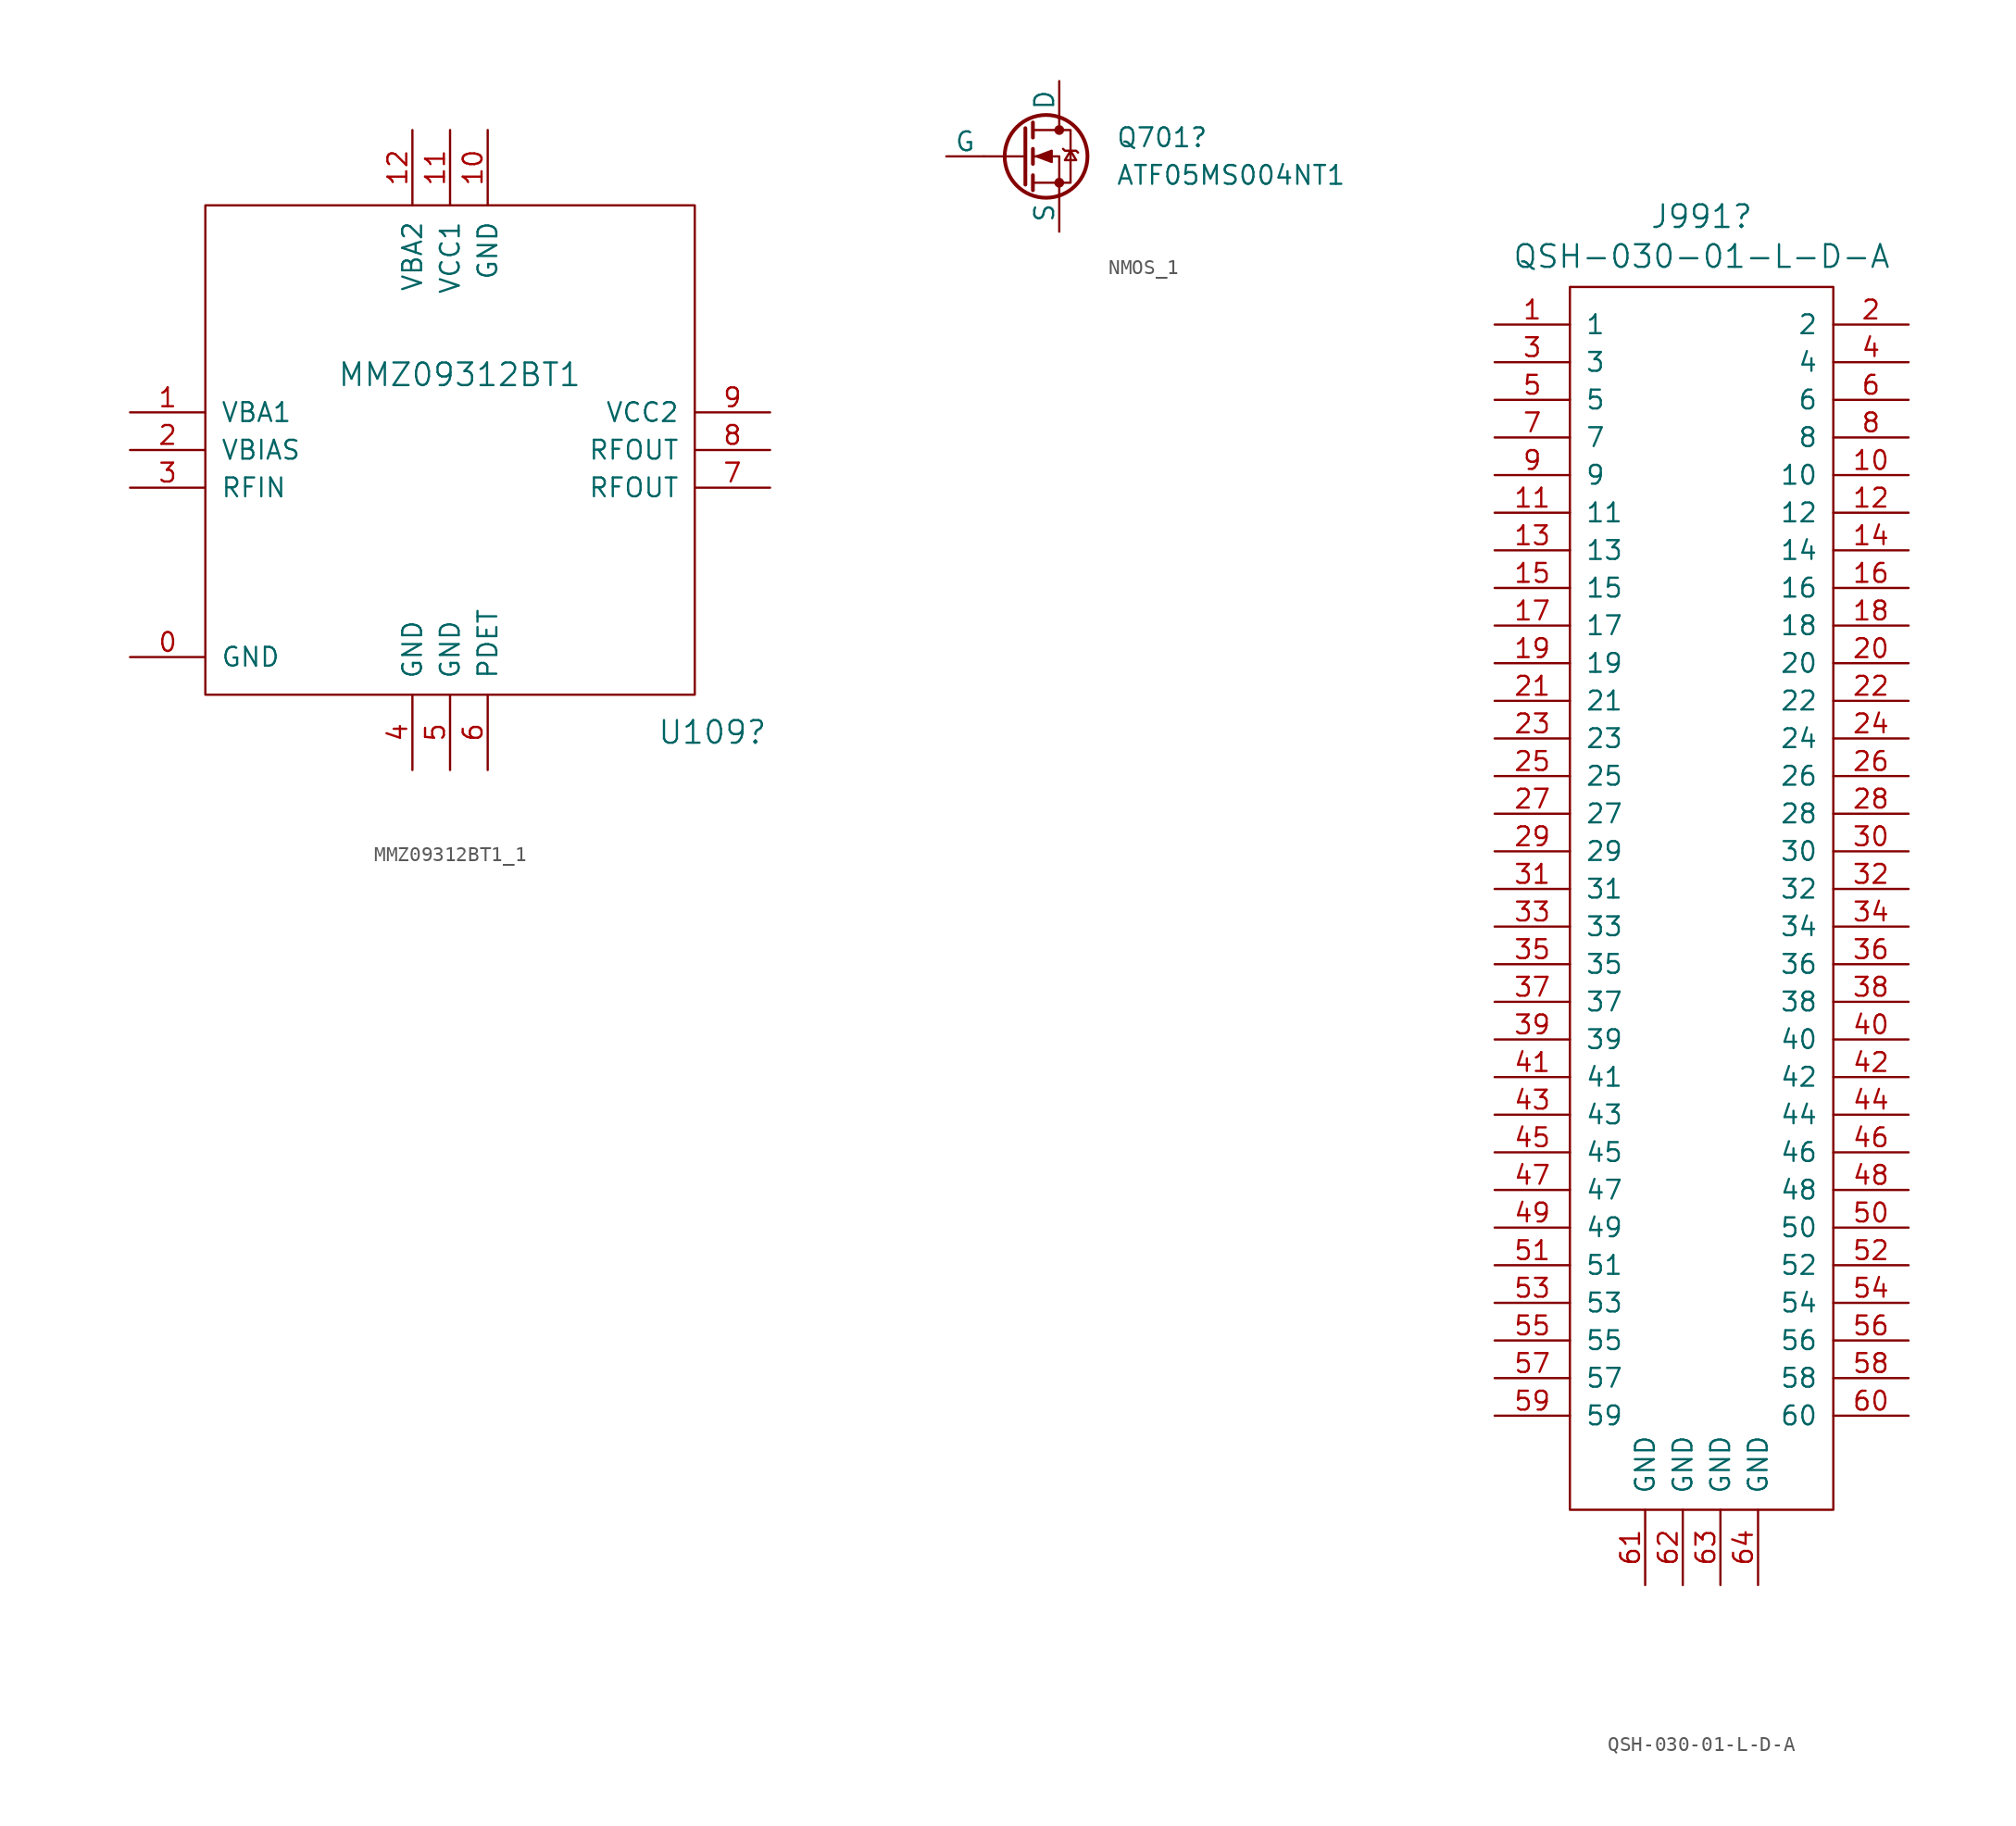
<source format=kicad_sym>
(kicad_symbol_lib
  (version 20220914)
  (generator kicad_symbol_editor)
  (symbol "MMZ09312BT1_1"
    (pin_names
      (offset 1.016))
    (property "Reference" "U109"
      (at 13.97 -19.05 0)
      (effects (font (size 1.524 1.524)) (justify left)))
    (property "Value" "MMZ09312BT1"
      (at -7.62 5.08 0)
      (effects (font (size 1.524 1.524)) (justify left)))
    (symbol "MMZ09312BT1_1_0_1"
      (rectangle (start -16.51 16.51) (end 16.51 -16.51) (stroke (width 0) (type default)) (fill (type none))))
    (symbol "MMZ09312BT1_1_1_1"
      (pin power_in line (at -21.59 -13.97 0) (length 5.08) (name "GND" (effects (font (size 1.27 1.27)))) (number "0" (effects (font (size 1.27 1.27)))))
      (pin input line (at -21.59 2.54 0) (length 5.08) (name "VBA1" (effects (font (size 1.27 1.27)))) (number "1" (effects (font (size 1.27 1.27)))))
      (pin power_in line (at 2.54 21.59 270) (length 5.08) (name "GND" (effects (font (size 1.27 1.27)))) (number "10" (effects (font (size 1.27 1.27)))))
      (pin power_in line (at 0 21.59 270) (length 5.08) (name "VCC1" (effects (font (size 1.27 1.27)))) (number "11" (effects (font (size 1.27 1.27)))))
      (pin input line (at -2.54 21.59 270) (length 5.08) (name "VBA2" (effects (font (size 1.27 1.27)))) (number "12" (effects (font (size 1.27 1.27)))))
      (pin input line (at -21.59 0 0) (length 5.08) (name "VBIAS" (effects (font (size 1.27 1.27)))) (number "2" (effects (font (size 1.27 1.27)))))
      (pin passive line (at -21.59 -2.54 0) (length 5.08) (name "RFIN" (effects (font (size 1.27 1.27)))) (number "3" (effects (font (size 1.27 1.27)))))
      (pin power_in line (at -2.54 -21.59 90) (length 5.08) (name "GND" (effects (font (size 1.27 1.27)))) (number "4" (effects (font (size 1.27 1.27)))))
      (pin power_in line (at 0 -21.59 90) (length 5.08) (name "GND" (effects (font (size 1.27 1.27)))) (number "5" (effects (font (size 1.27 1.27)))))
      (pin output line (at 2.54 -21.59 90) (length 5.08) (name "PDET" (effects (font (size 1.27 1.27)))) (number "6" (effects (font (size 1.27 1.27)))))
      (pin open_emitter line (at 21.59 -2.54 180) (length 5.08) (name "RFOUT" (effects (font (size 1.27 1.27)))) (number "7" (effects (font (size 1.27 1.27)))))
      (pin open_emitter line (at 21.59 0 180) (length 5.08) (name "RFOUT" (effects (font (size 1.27 1.27)))) (number "8" (effects (font (size 1.27 1.27)))))
      (pin power_in line (at 21.59 2.54 180) (length 5.08) (name "VCC2" (effects (font (size 1.27 1.27)))) (number "9" (effects (font (size 1.27 1.27)))))))
  (symbol "NMOS_1"
    (pin_numbers hide)
    (pin_names
      (offset 0))
    (property "Reference" "Q701"
      (at 6.35 1.27 0)
      (effects (font (size 1.27 1.27)) (justify left)))
    (property "Value" "ATF05MS004NT1"
      (at 6.35 -1.27 0)
      (effects (font (size 1.27 1.27)) (justify left)))
    (symbol "NMOS_1_0_1"
      (polyline (pts (xy 0.254 0) (xy -2.54 0)) (stroke (width 0) (type default)) (fill (type none)))
      (polyline (pts (xy 0.254 1.905) (xy 0.254 -1.905)) (stroke (width 0.254) (type default)) (fill (type none)))
      (polyline (pts (xy 0.762 -1.27) (xy 0.762 -2.286)) (stroke (width 0.254) (type default)) (fill (type none)))
      (polyline (pts (xy 0.762 0.508) (xy 0.762 -0.508)) (stroke (width 0.254) (type default)) (fill (type none)))
      (polyline (pts (xy 0.762 2.286) (xy 0.762 1.27)) (stroke (width 0.254) (type default)) (fill (type none)))
      (polyline (pts (xy 2.54 2.54) (xy 2.54 1.778)) (stroke (width 0) (type default)) (fill (type none)))
      (polyline (pts (xy 2.54 -2.54) (xy 2.54 0) (xy 0.762 0)) (stroke (width 0) (type default)) (fill (type none)))
      (polyline (pts (xy 0.762 -1.778) (xy 3.302 -1.778) (xy 3.302 1.778) (xy 0.762 1.778)) (stroke (width 0) (type default)) (fill (type none)))
      (polyline (pts (xy 1.016 0) (xy 2.032 0.381) (xy 2.032 -0.381) (xy 1.016 0)) (stroke (width 0) (type default)) (fill (type outline)))
      (polyline (pts (xy 2.794 0.508) (xy 2.921 0.381) (xy 3.683 0.381) (xy 3.81 0.254)) (stroke (width 0) (type default)) (fill (type none)))
      (polyline (pts (xy 3.302 0.381) (xy 2.921 -0.254) (xy 3.683 -0.254) (xy 3.302 0.381)) (stroke (width 0) (type default)) (fill (type none)))
      (circle (center 1.651 0) (radius 2.794) (stroke (width 0.254) (type default)) (fill (type none)))
      (circle (center 2.54 -1.778) (radius 0.254) (stroke (width 0) (type default)) (fill (type outline)))
      (circle (center 2.54 1.778) (radius 0.254) (stroke (width 0) (type default)) (fill (type outline))))
    (symbol "NMOS_1_1_1"
      (pin input line (at -5.08 0 0) (length 2.54) (name "G" (effects (font (size 1.27 1.27)))) (number "1" (effects (font (size 1.27 1.27)))))
      (pin passive line (at 2.54 -5.08 90) (length 2.54) (name "S" (effects (font (size 1.27 1.27)))) (number "2" (effects (font (size 1.27 1.27)))))
      (pin passive line (at 2.54 5.08 270) (length 2.54) (name "D" (effects (font (size 1.27 1.27)))) (number "3" (effects (font (size 1.27 1.27)))))))
  (symbol "QSH-030-01-L-D-A"
    (pin_names
      (offset 1.016))
    (property "Reference" "J991"
      (at 0 44.12 0)
      (effects (font (size 1.524 1.524))))
    (property "Value" "QSH-030-01-L-D-A"
      (at 0 41.427 0)
      (effects (font (size 1.524 1.524))))
    (symbol "QSH-030-01-L-D-A_0_1"
      (rectangle (start -8.89 39.37) (end 8.89 -43.18) (stroke (width 0) (type default)) (fill (type none))))
    (symbol "QSH-030-01-L-D-A_1_1"
      (pin passive line (at -13.97 36.83 0) (length 5.08) (name "1" (effects (font (size 1.27 1.27)))) (number "1" (effects (font (size 1.27 1.27)))))
      (pin passive line (at 13.97 26.67 180) (length 5.08) (name "10" (effects (font (size 1.27 1.27)))) (number "10" (effects (font (size 1.27 1.27)))))
      (pin passive line (at -13.97 24.13 0) (length 5.08) (name "11" (effects (font (size 1.27 1.27)))) (number "11" (effects (font (size 1.27 1.27)))))
      (pin passive line (at 13.97 24.13 180) (length 5.08) (name "12" (effects (font (size 1.27 1.27)))) (number "12" (effects (font (size 1.27 1.27)))))
      (pin passive line (at -13.97 21.59 0) (length 5.08) (name "13" (effects (font (size 1.27 1.27)))) (number "13" (effects (font (size 1.27 1.27)))))
      (pin passive line (at 13.97 21.59 180) (length 5.08) (name "14" (effects (font (size 1.27 1.27)))) (number "14" (effects (font (size 1.27 1.27)))))
      (pin passive line (at -13.97 19.05 0) (length 5.08) (name "15" (effects (font (size 1.27 1.27)))) (number "15" (effects (font (size 1.27 1.27)))))
      (pin passive line (at 13.97 19.05 180) (length 5.08) (name "16" (effects (font (size 1.27 1.27)))) (number "16" (effects (font (size 1.27 1.27)))))
      (pin passive line (at -13.97 16.51 0) (length 5.08) (name "17" (effects (font (size 1.27 1.27)))) (number "17" (effects (font (size 1.27 1.27)))))
      (pin passive line (at 13.97 16.51 180) (length 5.08) (name "18" (effects (font (size 1.27 1.27)))) (number "18" (effects (font (size 1.27 1.27)))))
      (pin passive line (at -13.97 13.97 0) (length 5.08) (name "19" (effects (font (size 1.27 1.27)))) (number "19" (effects (font (size 1.27 1.27)))))
      (pin passive line (at 13.97 36.83 180) (length 5.08) (name "2" (effects (font (size 1.27 1.27)))) (number "2" (effects (font (size 1.27 1.27)))))
      (pin passive line (at 13.97 13.97 180) (length 5.08) (name "20" (effects (font (size 1.27 1.27)))) (number "20" (effects (font (size 1.27 1.27)))))
      (pin passive line (at -13.97 11.43 0) (length 5.08) (name "21" (effects (font (size 1.27 1.27)))) (number "21" (effects (font (size 1.27 1.27)))))
      (pin passive line (at 13.97 11.43 180) (length 5.08) (name "22" (effects (font (size 1.27 1.27)))) (number "22" (effects (font (size 1.27 1.27)))))
      (pin passive line (at -13.97 8.89 0) (length 5.08) (name "23" (effects (font (size 1.27 1.27)))) (number "23" (effects (font (size 1.27 1.27)))))
      (pin passive line (at 13.97 8.89 180) (length 5.08) (name "24" (effects (font (size 1.27 1.27)))) (number "24" (effects (font (size 1.27 1.27)))))
      (pin passive line (at -13.97 6.35 0) (length 5.08) (name "25" (effects (font (size 1.27 1.27)))) (number "25" (effects (font (size 1.27 1.27)))))
      (pin passive line (at 13.97 6.35 180) (length 5.08) (name "26" (effects (font (size 1.27 1.27)))) (number "26" (effects (font (size 1.27 1.27)))))
      (pin passive line (at -13.97 3.81 0) (length 5.08) (name "27" (effects (font (size 1.27 1.27)))) (number "27" (effects (font (size 1.27 1.27)))))
      (pin passive line (at 13.97 3.81 180) (length 5.08) (name "28" (effects (font (size 1.27 1.27)))) (number "28" (effects (font (size 1.27 1.27)))))
      (pin passive line (at -13.97 1.27 0) (length 5.08) (name "29" (effects (font (size 1.27 1.27)))) (number "29" (effects (font (size 1.27 1.27)))))
      (pin passive line (at -13.97 34.29 0) (length 5.08) (name "3" (effects (font (size 1.27 1.27)))) (number "3" (effects (font (size 1.27 1.27)))))
      (pin passive line (at 13.97 1.27 180) (length 5.08) (name "30" (effects (font (size 1.27 1.27)))) (number "30" (effects (font (size 1.27 1.27)))))
      (pin passive line (at -13.97 -1.27 0) (length 5.08) (name "31" (effects (font (size 1.27 1.27)))) (number "31" (effects (font (size 1.27 1.27)))))
      (pin passive line (at 13.97 -1.27 180) (length 5.08) (name "32" (effects (font (size 1.27 1.27)))) (number "32" (effects (font (size 1.27 1.27)))))
      (pin passive line (at -13.97 -3.81 0) (length 5.08) (name "33" (effects (font (size 1.27 1.27)))) (number "33" (effects (font (size 1.27 1.27)))))
      (pin passive line (at 13.97 -3.81 180) (length 5.08) (name "34" (effects (font (size 1.27 1.27)))) (number "34" (effects (font (size 1.27 1.27)))))
      (pin passive line (at -13.97 -6.35 0) (length 5.08) (name "35" (effects (font (size 1.27 1.27)))) (number "35" (effects (font (size 1.27 1.27)))))
      (pin passive line (at 13.97 -6.35 180) (length 5.08) (name "36" (effects (font (size 1.27 1.27)))) (number "36" (effects (font (size 1.27 1.27)))))
      (pin passive line (at -13.97 -8.89 0) (length 5.08) (name "37" (effects (font (size 1.27 1.27)))) (number "37" (effects (font (size 1.27 1.27)))))
      (pin passive line (at 13.97 -8.89 180) (length 5.08) (name "38" (effects (font (size 1.27 1.27)))) (number "38" (effects (font (size 1.27 1.27)))))
      (pin passive line (at -13.97 -11.43 0) (length 5.08) (name "39" (effects (font (size 1.27 1.27)))) (number "39" (effects (font (size 1.27 1.27)))))
      (pin passive line (at 13.97 34.29 180) (length 5.08) (name "4" (effects (font (size 1.27 1.27)))) (number "4" (effects (font (size 1.27 1.27)))))
      (pin passive line (at 13.97 -11.43 180) (length 5.08) (name "40" (effects (font (size 1.27 1.27)))) (number "40" (effects (font (size 1.27 1.27)))))
      (pin passive line (at -13.97 -13.97 0) (length 5.08) (name "41" (effects (font (size 1.27 1.27)))) (number "41" (effects (font (size 1.27 1.27)))))
      (pin passive line (at 13.97 -13.97 180) (length 5.08) (name "42" (effects (font (size 1.27 1.27)))) (number "42" (effects (font (size 1.27 1.27)))))
      (pin passive line (at -13.97 -16.51 0) (length 5.08) (name "43" (effects (font (size 1.27 1.27)))) (number "43" (effects (font (size 1.27 1.27)))))
      (pin passive line (at 13.97 -16.51 180) (length 5.08) (name "44" (effects (font (size 1.27 1.27)))) (number "44" (effects (font (size 1.27 1.27)))))
      (pin passive line (at -13.97 -19.05 0) (length 5.08) (name "45" (effects (font (size 1.27 1.27)))) (number "45" (effects (font (size 1.27 1.27)))))
      (pin passive line (at 13.97 -19.05 180) (length 5.08) (name "46" (effects (font (size 1.27 1.27)))) (number "46" (effects (font (size 1.27 1.27)))))
      (pin passive line (at -13.97 -21.59 0) (length 5.08) (name "47" (effects (font (size 1.27 1.27)))) (number "47" (effects (font (size 1.27 1.27)))))
      (pin passive line (at 13.97 -21.59 180) (length 5.08) (name "48" (effects (font (size 1.27 1.27)))) (number "48" (effects (font (size 1.27 1.27)))))
      (pin passive line (at -13.97 -24.13 0) (length 5.08) (name "49" (effects (font (size 1.27 1.27)))) (number "49" (effects (font (size 1.27 1.27)))))
      (pin passive line (at -13.97 31.75 0) (length 5.08) (name "5" (effects (font (size 1.27 1.27)))) (number "5" (effects (font (size 1.27 1.27)))))
      (pin passive line (at 13.97 -24.13 180) (length 5.08) (name "50" (effects (font (size 1.27 1.27)))) (number "50" (effects (font (size 1.27 1.27)))))
      (pin passive line (at -13.97 -26.67 0) (length 5.08) (name "51" (effects (font (size 1.27 1.27)))) (number "51" (effects (font (size 1.27 1.27)))))
      (pin passive line (at 13.97 -26.67 180) (length 5.08) (name "52" (effects (font (size 1.27 1.27)))) (number "52" (effects (font (size 1.27 1.27)))))
      (pin passive line (at -13.97 -29.21 0) (length 5.08) (name "53" (effects (font (size 1.27 1.27)))) (number "53" (effects (font (size 1.27 1.27)))))
      (pin passive line (at 13.97 -29.21 180) (length 5.08) (name "54" (effects (font (size 1.27 1.27)))) (number "54" (effects (font (size 1.27 1.27)))))
      (pin passive line (at -13.97 -31.75 0) (length 5.08) (name "55" (effects (font (size 1.27 1.27)))) (number "55" (effects (font (size 1.27 1.27)))))
      (pin passive line (at 13.97 -31.75 180) (length 5.08) (name "56" (effects (font (size 1.27 1.27)))) (number "56" (effects (font (size 1.27 1.27)))))
      (pin passive line (at -13.97 -34.29 0) (length 5.08) (name "57" (effects (font (size 1.27 1.27)))) (number "57" (effects (font (size 1.27 1.27)))))
      (pin passive line (at 13.97 -34.29 180) (length 5.08) (name "58" (effects (font (size 1.27 1.27)))) (number "58" (effects (font (size 1.27 1.27)))))
      (pin passive line (at -13.97 -36.83 0) (length 5.08) (name "59" (effects (font (size 1.27 1.27)))) (number "59" (effects (font (size 1.27 1.27)))))
      (pin passive line (at 13.97 31.75 180) (length 5.08) (name "6" (effects (font (size 1.27 1.27)))) (number "6" (effects (font (size 1.27 1.27)))))
      (pin passive line (at 13.97 -36.83 180) (length 5.08) (name "60" (effects (font (size 1.27 1.27)))) (number "60" (effects (font (size 1.27 1.27)))))
      (pin power_in line (at -3.81 -48.26 90) (length 5.08) (name "GND" (effects (font (size 1.27 1.27)))) (number "61" (effects (font (size 1.27 1.27)))))
      (pin power_in line (at -1.27 -48.26 90) (length 5.08) (name "GND" (effects (font (size 1.27 1.27)))) (number "62" (effects (font (size 1.27 1.27)))))
      (pin power_in line (at 1.27 -48.26 90) (length 5.08) (name "GND" (effects (font (size 1.27 1.27)))) (number "63" (effects (font (size 1.27 1.27)))))
      (pin power_in line (at 3.81 -48.26 90) (length 5.08) (name "GND" (effects (font (size 1.27 1.27)))) (number "64" (effects (font (size 1.27 1.27)))))
      (pin passive line (at -13.97 29.21 0) (length 5.08) (name "7" (effects (font (size 1.27 1.27)))) (number "7" (effects (font (size 1.27 1.27)))))
      (pin passive line (at 13.97 29.21 180) (length 5.08) (name "8" (effects (font (size 1.27 1.27)))) (number "8" (effects (font (size 1.27 1.27)))))
      (pin passive line (at -13.97 26.67 0) (length 5.08) (name "9" (effects (font (size 1.27 1.27)))) (number "9" (effects (font (size 1.27 1.27))))))))
</source>
